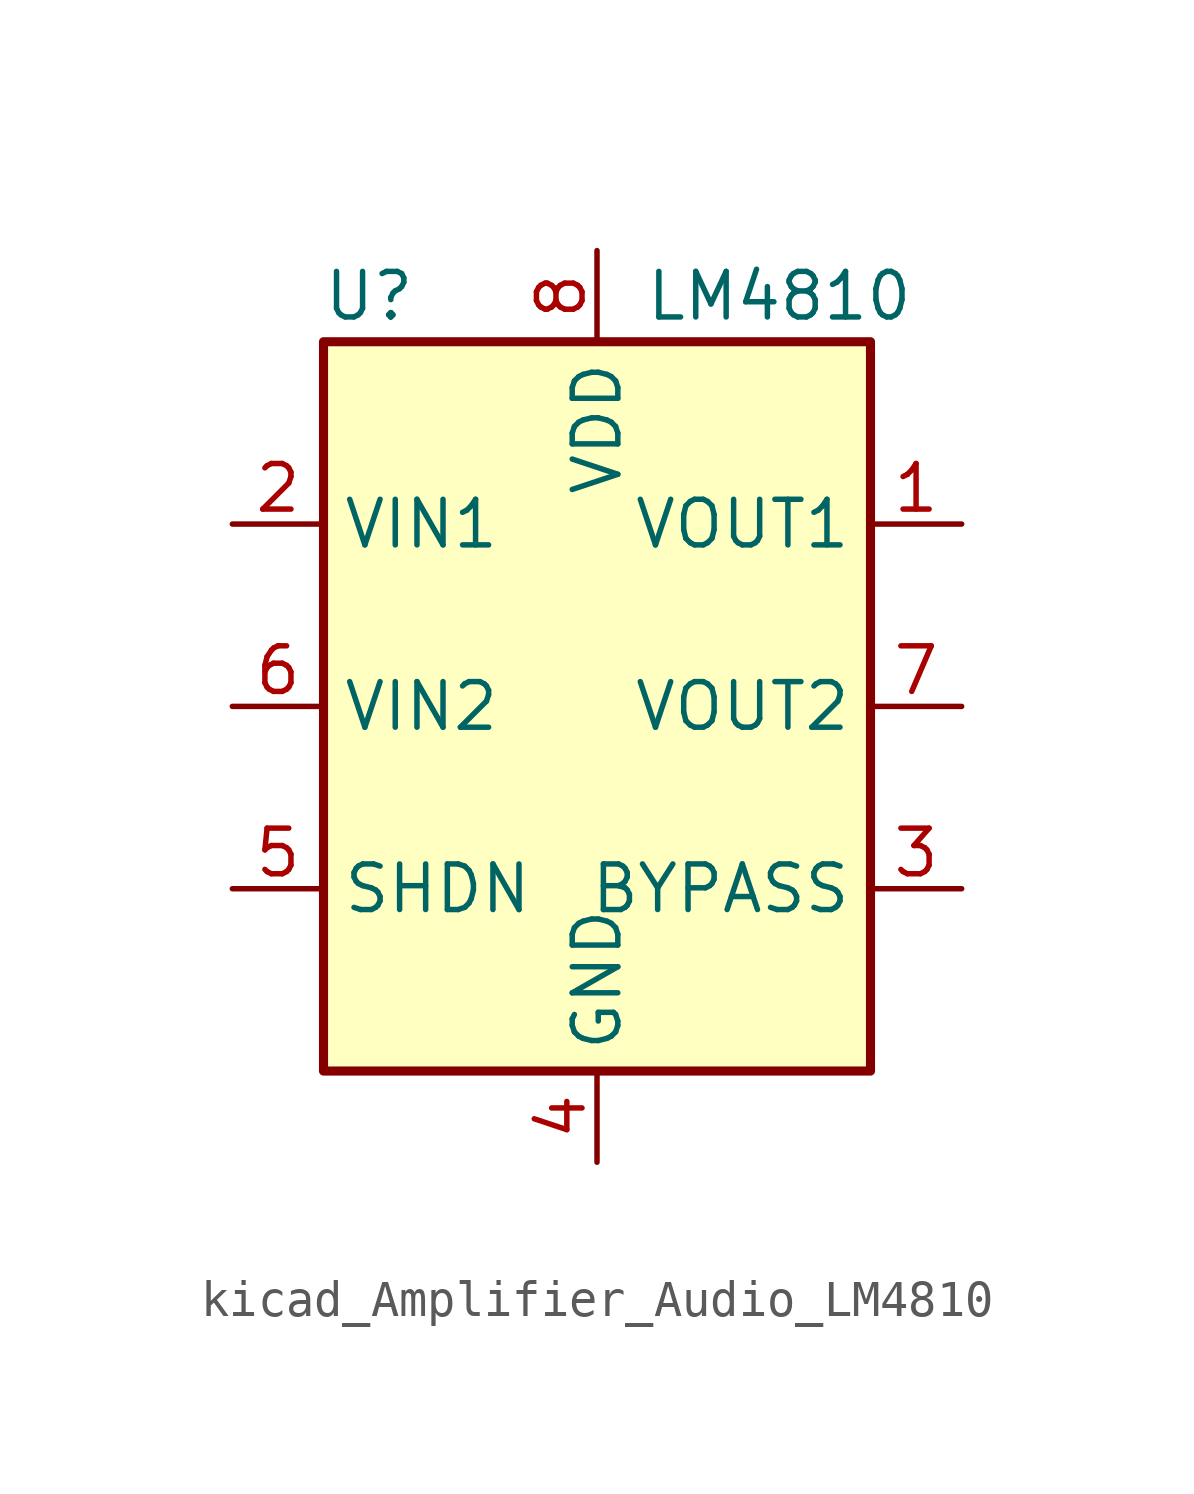
<source format=kicad_sym>
(kicad_symbol_lib
  (version 20220914)
  (generator kicad_symbol_editor)
  (symbol "kicad_Amplifier_Audio_LM4810"
    (property "Reference" "U"
      (at -6.35 11.43 0)
      (effects (font (size 1.27 1.27))))
    (property "Value" "LM4810"
      (at 5.08 11.43 0)
      (effects (font (size 1.27 1.27))))
    (symbol "kicad_Amplifier_Audio_LM4810_0_1"
      (rectangle (start -7.62 10.16) (end 7.62 -10.16) (stroke (width 0.254) (type default)) (fill (type background))))
    (symbol "kicad_Amplifier_Audio_LM4810_1_1"
      (pin output line (at 10.16 5.08 180) (length 2.54) (name "VOUT1" (effects (font (size 1.27 1.27)))) (number "1" (effects (font (size 1.27 1.27)))))
      (pin input line (at -10.16 5.08 0) (length 2.54) (name "VIN1" (effects (font (size 1.27 1.27)))) (number "2" (effects (font (size 1.27 1.27)))))
      (pin passive line (at 10.16 -5.08 180) (length 2.54) (name "BYPASS" (effects (font (size 1.27 1.27)))) (number "3" (effects (font (size 1.27 1.27)))))
      (pin power_in line (at 0 -12.7 90) (length 2.54) (name "GND" (effects (font (size 1.27 1.27)))) (number "4" (effects (font (size 1.27 1.27)))))
      (pin input line (at -10.16 -5.08 0) (length 2.54) (name "SHDN" (effects (font (size 1.27 1.27)))) (number "5" (effects (font (size 1.27 1.27)))))
      (pin input line (at -10.16 0 0) (length 2.54) (name "VIN2" (effects (font (size 1.27 1.27)))) (number "6" (effects (font (size 1.27 1.27)))))
      (pin output line (at 10.16 0 180) (length 2.54) (name "VOUT2" (effects (font (size 1.27 1.27)))) (number "7" (effects (font (size 1.27 1.27)))))
      (pin power_in line (at 0 12.7 270) (length 2.54) (name "VDD" (effects (font (size 1.27 1.27)))) (number "8" (effects (font (size 1.27 1.27))))))))
</source>
